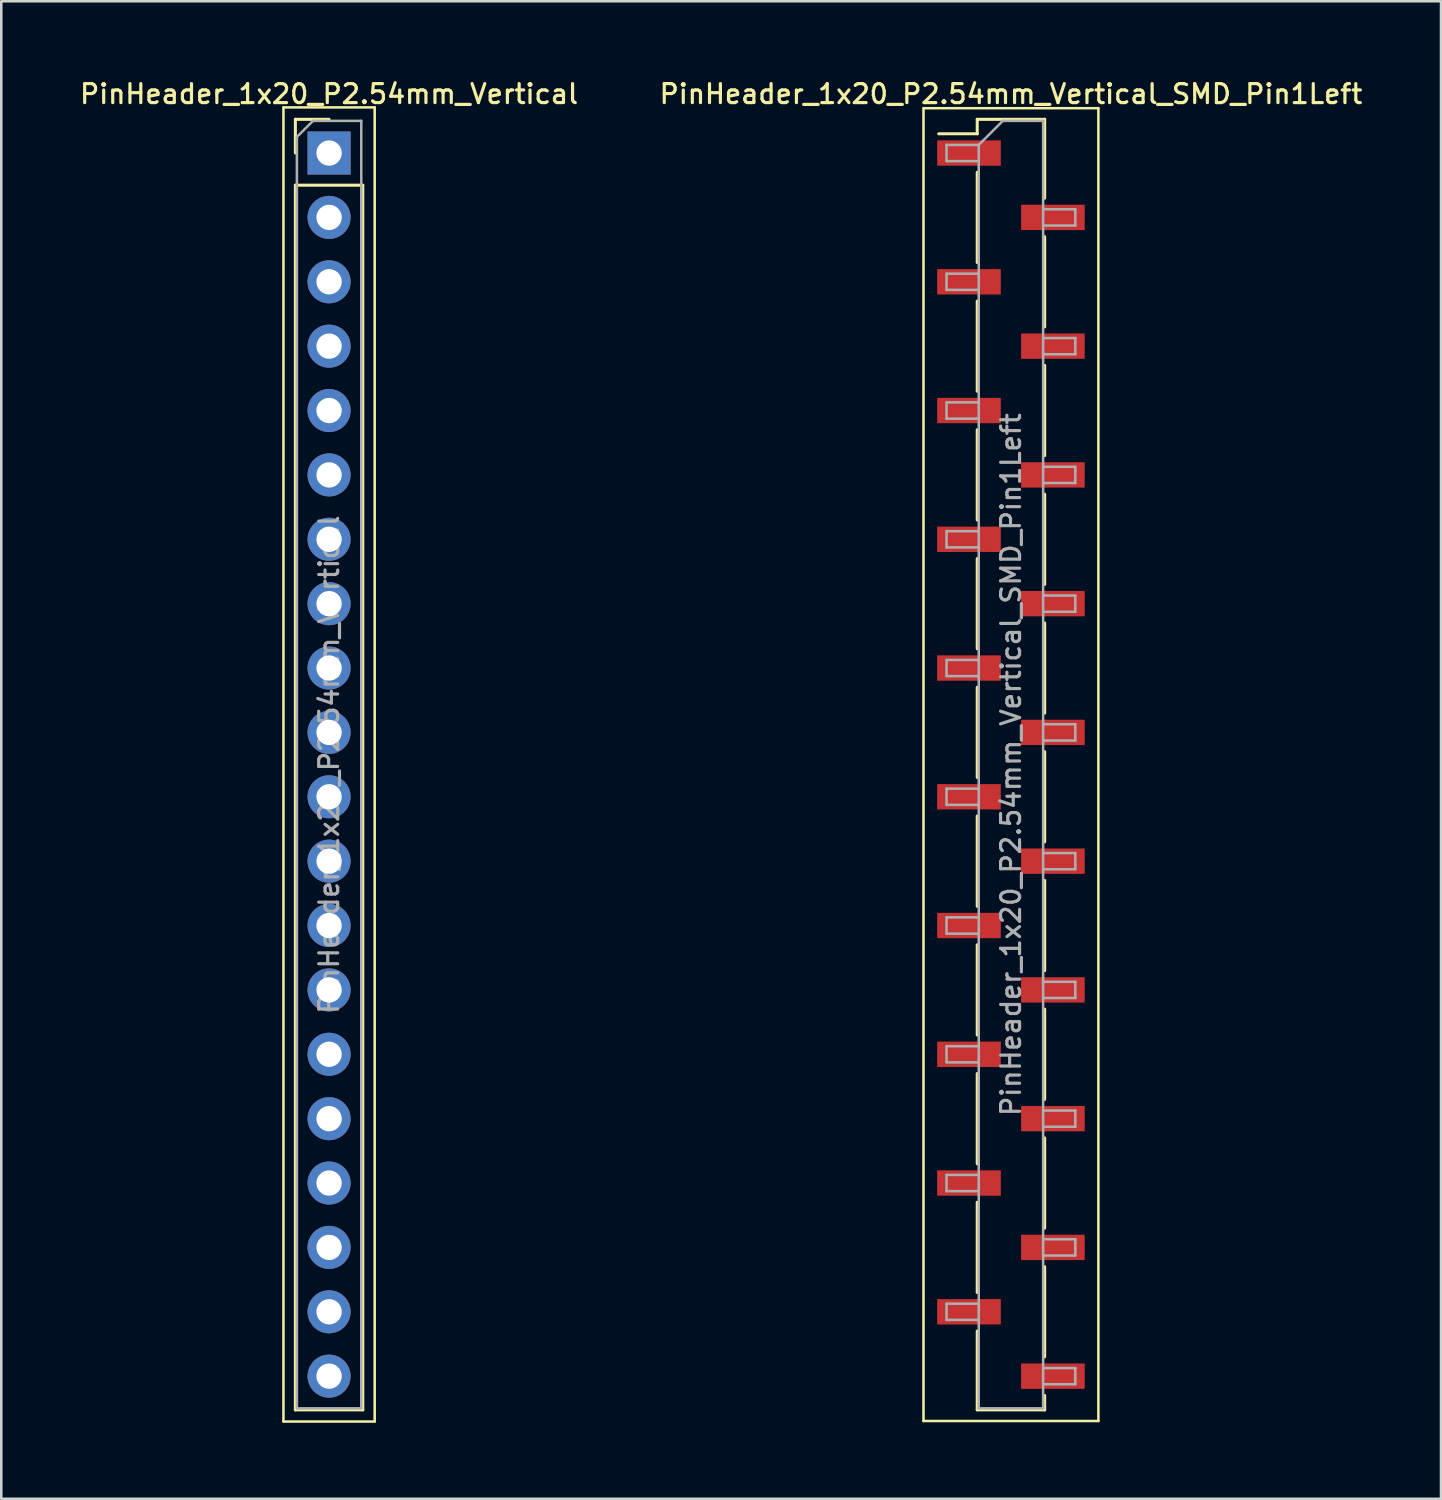
<source format=kicad_pcb>
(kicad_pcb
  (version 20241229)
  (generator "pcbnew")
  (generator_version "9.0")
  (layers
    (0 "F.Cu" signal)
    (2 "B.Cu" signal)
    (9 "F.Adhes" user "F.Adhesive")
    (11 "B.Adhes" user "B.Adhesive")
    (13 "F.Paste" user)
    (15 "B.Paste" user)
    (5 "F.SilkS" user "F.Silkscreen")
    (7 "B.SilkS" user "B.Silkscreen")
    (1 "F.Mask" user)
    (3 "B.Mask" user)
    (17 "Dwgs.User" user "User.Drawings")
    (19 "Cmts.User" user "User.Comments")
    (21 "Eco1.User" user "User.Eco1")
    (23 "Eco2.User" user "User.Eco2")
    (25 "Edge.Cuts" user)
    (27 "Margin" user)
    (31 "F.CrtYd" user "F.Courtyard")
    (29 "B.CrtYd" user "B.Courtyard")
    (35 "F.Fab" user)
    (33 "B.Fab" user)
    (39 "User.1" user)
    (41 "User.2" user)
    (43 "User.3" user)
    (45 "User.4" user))
  (footprint "PinHeader_1x20_P2.54mm_Vertical"
    (layer "F.Cu")
    (at 9.934 2.988)
    (property "Reference" "PinHeader_1x20_P2.54mm_Vertical" (at 0 -2.33 0) (layer "F.SilkS") (effects (font (size 0.75 0.75) (thickness 0.125))))
    (attr through_hole)
    (fp_line (start -1.8 -1.8) (end -1.8 50.05) (stroke (width 0.1) (type solid)) (layer "F.SilkS"))
    (fp_line (start -1.8 50.05) (end 1.8 50.05) (stroke (width 0.1) (type solid)) (layer "F.SilkS"))
    (fp_line (start -1.33 -1.33) (end 0 -1.33) (stroke (width 0.12) (type solid)) (layer "F.SilkS"))
    (fp_line (start -1.33 0) (end -1.33 -1.33) (stroke (width 0.12) (type solid)) (layer "F.SilkS"))
    (fp_line (start -1.33 1.27) (end -1.33 49.59) (stroke (width 0.12) (type solid)) (layer "F.SilkS"))
    (fp_line (start -1.33 1.27) (end 1.33 1.27) (stroke (width 0.12) (type solid)) (layer "F.SilkS"))
    (fp_line (start -1.33 49.59) (end 1.33 49.59) (stroke (width 0.12) (type solid)) (layer "F.SilkS"))
    (fp_line (start 1.33 1.27) (end 1.33 49.59) (stroke (width 0.12) (type solid)) (layer "F.SilkS"))
    (fp_line (start 1.8 -1.8) (end -1.8 -1.8) (stroke (width 0.1) (type solid)) (layer "F.SilkS"))
    (fp_line (start 1.8 50.05) (end 1.8 -1.8) (stroke (width 0.1) (type solid)) (layer "F.SilkS"))
    (fp_line (start -1.27 -0.635) (end -0.635 -1.27) (stroke (width 0.1) (type solid)) (layer "F.Fab"))
    (fp_line (start -1.27 49.53) (end -1.27 -0.635) (stroke (width 0.1) (type solid)) (layer "F.Fab"))
    (fp_line (start -0.635 -1.27) (end 1.27 -1.27) (stroke (width 0.1) (type solid)) (layer "F.Fab"))
    (fp_line (start 1.27 -1.27) (end 1.27 49.53) (stroke (width 0.1) (type solid)) (layer "F.Fab"))
    (fp_line (start 1.27 49.53) (end -1.27 49.53) (stroke (width 0.1) (type solid)) (layer "F.Fab"))
    (fp_text user "${REFERENCE}" (at 0 24.13 90) (layer "F.Fab") (effects (font (size 0.75 0.75) (thickness 0.125))))
    (pad "1" thru_hole rect (at 0 0) (size 1.7 1.7) (drill 1) (layers "*.Cu" "*.Mask"))
    (pad "2" thru_hole oval (at 0 2.54) (size 1.7 1.7) (drill 1) (layers "*.Cu" "*.Mask"))
    (pad "3" thru_hole oval (at 0 5.08) (size 1.7 1.7) (drill 1) (layers "*.Cu" "*.Mask"))
    (pad "4" thru_hole oval (at 0 7.62) (size 1.7 1.7) (drill 1) (layers "*.Cu" "*.Mask"))
    (pad "5" thru_hole oval (at 0 10.16) (size 1.7 1.7) (drill 1) (layers "*.Cu" "*.Mask"))
    (pad "6" thru_hole oval (at 0 12.7) (size 1.7 1.7) (drill 1) (layers "*.Cu" "*.Mask"))
    (pad "7" thru_hole oval (at 0 15.24) (size 1.7 1.7) (drill 1) (layers "*.Cu" "*.Mask"))
    (pad "8" thru_hole oval (at 0 17.78) (size 1.7 1.7) (drill 1) (layers "*.Cu" "*.Mask"))
    (pad "9" thru_hole oval (at 0 20.32) (size 1.7 1.7) (drill 1) (layers "*.Cu" "*.Mask"))
    (pad "10" thru_hole oval (at 0 22.86) (size 1.7 1.7) (drill 1) (layers "*.Cu" "*.Mask"))
    (pad "11" thru_hole oval (at 0 25.4) (size 1.7 1.7) (drill 1) (layers "*.Cu" "*.Mask"))
    (pad "12" thru_hole oval (at 0 27.94) (size 1.7 1.7) (drill 1) (layers "*.Cu" "*.Mask"))
    (pad "13" thru_hole oval (at 0 30.48) (size 1.7 1.7) (drill 1) (layers "*.Cu" "*.Mask"))
    (pad "14" thru_hole oval (at 0 33.02) (size 1.7 1.7) (drill 1) (layers "*.Cu" "*.Mask"))
    (pad "15" thru_hole oval (at 0 35.56) (size 1.7 1.7) (drill 1) (layers "*.Cu" "*.Mask"))
    (pad "16" thru_hole oval (at 0 38.1) (size 1.7 1.7) (drill 1) (layers "*.Cu" "*.Mask"))
    (pad "17" thru_hole oval (at 0 40.64) (size 1.7 1.7) (drill 1) (layers "*.Cu" "*.Mask"))
    (pad "18" thru_hole oval (at 0 43.18) (size 1.7 1.7) (drill 1) (layers "*.Cu" "*.Mask"))
    (pad "19" thru_hole oval (at 0 45.72) (size 1.7 1.7) (drill 1) (layers "*.Cu" "*.Mask"))
    (pad "20" thru_hole oval (at 0 48.26) (size 1.7 1.7) (drill 1) (layers "*.Cu" "*.Mask")))
  (footprint "PinHeader_1x20_P2.54mm_Vertical_SMD_Pin1Left"
    (layer "F.Cu")
    (at 36.838 27.118)
    (property "Reference" "PinHeader_1x20_P2.54mm_Vertical_SMD_Pin1Left" (at 0 -26.46 0) (layer "F.SilkS") (effects (font (size 0.75 0.75) (thickness 0.125))))
    (attr smd)
    (fp_line (start -3.45 -25.9) (end -3.45 25.9) (stroke (width 0.1) (type solid)) (layer "F.SilkS"))
    (fp_line (start -3.45 25.9) (end 3.45 25.9) (stroke (width 0.1) (type solid)) (layer "F.SilkS"))
    (fp_line (start -1.33 -25.46) (end -1.33 -24.89) (stroke (width 0.12) (type solid)) (layer "F.SilkS"))
    (fp_line (start -1.33 -25.46) (end 1.33 -25.46) (stroke (width 0.12) (type solid)) (layer "F.SilkS"))
    (fp_line (start -1.33 -24.89) (end -2.85 -24.89) (stroke (width 0.12) (type solid)) (layer "F.SilkS"))
    (fp_line (start -1.33 -23.37) (end -1.33 -19.81) (stroke (width 0.12) (type solid)) (layer "F.SilkS"))
    (fp_line (start -1.33 -18.29) (end -1.33 -14.73) (stroke (width 0.12) (type solid)) (layer "F.SilkS"))
    (fp_line (start -1.33 -13.21) (end -1.33 -9.65) (stroke (width 0.12) (type solid)) (layer "F.SilkS"))
    (fp_line (start -1.33 -8.13) (end -1.33 -4.57) (stroke (width 0.12) (type solid)) (layer "F.SilkS"))
    (fp_line (start -1.33 -3.05) (end -1.33 0.51) (stroke (width 0.12) (type solid)) (layer "F.SilkS"))
    (fp_line (start -1.33 2.03) (end -1.33 5.59) (stroke (width 0.12) (type solid)) (layer "F.SilkS"))
    (fp_line (start -1.33 7.11) (end -1.33 10.67) (stroke (width 0.12) (type solid)) (layer "F.SilkS"))
    (fp_line (start -1.33 12.19) (end -1.33 15.75) (stroke (width 0.12) (type solid)) (layer "F.SilkS"))
    (fp_line (start -1.33 17.27) (end -1.33 20.83) (stroke (width 0.12) (type solid)) (layer "F.SilkS"))
    (fp_line (start -1.33 22.35) (end -1.33 25.46) (stroke (width 0.12) (type solid)) (layer "F.SilkS"))
    (fp_line (start -1.33 25.46) (end 1.33 25.46) (stroke (width 0.12) (type solid)) (layer "F.SilkS"))
    (fp_line (start 1.33 -25.46) (end 1.33 -22.35) (stroke (width 0.12) (type solid)) (layer "F.SilkS"))
    (fp_line (start 1.33 -20.83) (end 1.33 -17.27) (stroke (width 0.12) (type solid)) (layer "F.SilkS"))
    (fp_line (start 1.33 -15.75) (end 1.33 -12.19) (stroke (width 0.12) (type solid)) (layer "F.SilkS"))
    (fp_line (start 1.33 -10.67) (end 1.33 -7.11) (stroke (width 0.12) (type solid)) (layer "F.SilkS"))
    (fp_line (start 1.33 -5.59) (end 1.33 -2.03) (stroke (width 0.12) (type solid)) (layer "F.SilkS"))
    (fp_line (start 1.33 -0.51) (end 1.33 3.05) (stroke (width 0.12) (type solid)) (layer "F.SilkS"))
    (fp_line (start 1.33 4.57) (end 1.33 8.13) (stroke (width 0.12) (type solid)) (layer "F.SilkS"))
    (fp_line (start 1.33 9.65) (end 1.33 13.21) (stroke (width 0.12) (type solid)) (layer "F.SilkS"))
    (fp_line (start 1.33 14.73) (end 1.33 18.29) (stroke (width 0.12) (type solid)) (layer "F.SilkS"))
    (fp_line (start 1.33 19.81) (end 1.33 23.37) (stroke (width 0.12) (type solid)) (layer "F.SilkS"))
    (fp_line (start 1.33 24.89) (end 1.33 25.46) (stroke (width 0.12) (type solid)) (layer "F.SilkS"))
    (fp_line (start 3.45 -25.9) (end -3.45 -25.9) (stroke (width 0.1) (type solid)) (layer "F.SilkS"))
    (fp_line (start 3.45 25.9) (end 3.45 -25.9) (stroke (width 0.1) (type solid)) (layer "F.SilkS"))
    (fp_line (start -2.54 -24.45) (end -2.54 -23.81) (stroke (width 0.1) (type solid)) (layer "F.Fab"))
    (fp_line (start -2.54 -23.81) (end -1.27 -23.81) (stroke (width 0.1) (type solid)) (layer "F.Fab"))
    (fp_line (start -2.54 -19.37) (end -2.54 -18.73) (stroke (width 0.1) (type solid)) (layer "F.Fab"))
    (fp_line (start -2.54 -18.73) (end -1.27 -18.73) (stroke (width 0.1) (type solid)) (layer "F.Fab"))
    (fp_line (start -2.54 -14.29) (end -2.54 -13.65) (stroke (width 0.1) (type solid)) (layer "F.Fab"))
    (fp_line (start -2.54 -13.65) (end -1.27 -13.65) (stroke (width 0.1) (type solid)) (layer "F.Fab"))
    (fp_line (start -2.54 -9.21) (end -2.54 -8.57) (stroke (width 0.1) (type solid)) (layer "F.Fab"))
    (fp_line (start -2.54 -8.57) (end -1.27 -8.57) (stroke (width 0.1) (type solid)) (layer "F.Fab"))
    (fp_line (start -2.54 -4.13) (end -2.54 -3.49) (stroke (width 0.1) (type solid)) (layer "F.Fab"))
    (fp_line (start -2.54 -3.49) (end -1.27 -3.49) (stroke (width 0.1) (type solid)) (layer "F.Fab"))
    (fp_line (start -2.54 0.95) (end -2.54 1.59) (stroke (width 0.1) (type solid)) (layer "F.Fab"))
    (fp_line (start -2.54 1.59) (end -1.27 1.59) (stroke (width 0.1) (type solid)) (layer "F.Fab"))
    (fp_line (start -2.54 6.03) (end -2.54 6.67) (stroke (width 0.1) (type solid)) (layer "F.Fab"))
    (fp_line (start -2.54 6.67) (end -1.27 6.67) (stroke (width 0.1) (type solid)) (layer "F.Fab"))
    (fp_line (start -2.54 11.11) (end -2.54 11.75) (stroke (width 0.1) (type solid)) (layer "F.Fab"))
    (fp_line (start -2.54 11.75) (end -1.27 11.75) (stroke (width 0.1) (type solid)) (layer "F.Fab"))
    (fp_line (start -2.54 16.19) (end -2.54 16.83) (stroke (width 0.1) (type solid)) (layer "F.Fab"))
    (fp_line (start -2.54 16.83) (end -1.27 16.83) (stroke (width 0.1) (type solid)) (layer "F.Fab"))
    (fp_line (start -2.54 21.27) (end -2.54 21.91) (stroke (width 0.1) (type solid)) (layer "F.Fab"))
    (fp_line (start -2.54 21.91) (end -1.27 21.91) (stroke (width 0.1) (type solid)) (layer "F.Fab"))
    (fp_line (start -1.27 -24.45) (end -2.54 -24.45) (stroke (width 0.1) (type solid)) (layer "F.Fab"))
    (fp_line (start -1.27 -24.45) (end -0.32 -25.4) (stroke (width 0.1) (type solid)) (layer "F.Fab"))
    (fp_line (start -1.27 -19.37) (end -2.54 -19.37) (stroke (width 0.1) (type solid)) (layer "F.Fab"))
    (fp_line (start -1.27 -14.29) (end -2.54 -14.29) (stroke (width 0.1) (type solid)) (layer "F.Fab"))
    (fp_line (start -1.27 -9.21) (end -2.54 -9.21) (stroke (width 0.1) (type solid)) (layer "F.Fab"))
    (fp_line (start -1.27 -4.13) (end -2.54 -4.13) (stroke (width 0.1) (type solid)) (layer "F.Fab"))
    (fp_line (start -1.27 0.95) (end -2.54 0.95) (stroke (width 0.1) (type solid)) (layer "F.Fab"))
    (fp_line (start -1.27 6.03) (end -2.54 6.03) (stroke (width 0.1) (type solid)) (layer "F.Fab"))
    (fp_line (start -1.27 11.11) (end -2.54 11.11) (stroke (width 0.1) (type solid)) (layer "F.Fab"))
    (fp_line (start -1.27 16.19) (end -2.54 16.19) (stroke (width 0.1) (type solid)) (layer "F.Fab"))
    (fp_line (start -1.27 21.27) (end -2.54 21.27) (stroke (width 0.1) (type solid)) (layer "F.Fab"))
    (fp_line (start -1.27 25.4) (end -1.27 -24.45) (stroke (width 0.1) (type solid)) (layer "F.Fab"))
    (fp_line (start -0.32 -25.4) (end 1.27 -25.4) (stroke (width 0.1) (type solid)) (layer "F.Fab"))
    (fp_line (start 1.27 -25.4) (end 1.27 25.4) (stroke (width 0.1) (type solid)) (layer "F.Fab"))
    (fp_line (start 1.27 -21.91) (end 2.54 -21.91) (stroke (width 0.1) (type solid)) (layer "F.Fab"))
    (fp_line (start 1.27 -16.83) (end 2.54 -16.83) (stroke (width 0.1) (type solid)) (layer "F.Fab"))
    (fp_line (start 1.27 -11.75) (end 2.54 -11.75) (stroke (width 0.1) (type solid)) (layer "F.Fab"))
    (fp_line (start 1.27 -6.67) (end 2.54 -6.67) (stroke (width 0.1) (type solid)) (layer "F.Fab"))
    (fp_line (start 1.27 -1.59) (end 2.54 -1.59) (stroke (width 0.1) (type solid)) (layer "F.Fab"))
    (fp_line (start 1.27 3.49) (end 2.54 3.49) (stroke (width 0.1) (type solid)) (layer "F.Fab"))
    (fp_line (start 1.27 8.57) (end 2.54 8.57) (stroke (width 0.1) (type solid)) (layer "F.Fab"))
    (fp_line (start 1.27 13.65) (end 2.54 13.65) (stroke (width 0.1) (type solid)) (layer "F.Fab"))
    (fp_line (start 1.27 18.73) (end 2.54 18.73) (stroke (width 0.1) (type solid)) (layer "F.Fab"))
    (fp_line (start 1.27 23.81) (end 2.54 23.81) (stroke (width 0.1) (type solid)) (layer "F.Fab"))
    (fp_line (start 1.27 25.4) (end -1.27 25.4) (stroke (width 0.1) (type solid)) (layer "F.Fab"))
    (fp_line (start 2.54 -21.91) (end 2.54 -21.27) (stroke (width 0.1) (type solid)) (layer "F.Fab"))
    (fp_line (start 2.54 -21.27) (end 1.27 -21.27) (stroke (width 0.1) (type solid)) (layer "F.Fab"))
    (fp_line (start 2.54 -16.83) (end 2.54 -16.19) (stroke (width 0.1) (type solid)) (layer "F.Fab"))
    (fp_line (start 2.54 -16.19) (end 1.27 -16.19) (stroke (width 0.1) (type solid)) (layer "F.Fab"))
    (fp_line (start 2.54 -11.75) (end 2.54 -11.11) (stroke (width 0.1) (type solid)) (layer "F.Fab"))
    (fp_line (start 2.54 -11.11) (end 1.27 -11.11) (stroke (width 0.1) (type solid)) (layer "F.Fab"))
    (fp_line (start 2.54 -6.67) (end 2.54 -6.03) (stroke (width 0.1) (type solid)) (layer "F.Fab"))
    (fp_line (start 2.54 -6.03) (end 1.27 -6.03) (stroke (width 0.1) (type solid)) (layer "F.Fab"))
    (fp_line (start 2.54 -1.59) (end 2.54 -0.95) (stroke (width 0.1) (type solid)) (layer "F.Fab"))
    (fp_line (start 2.54 -0.95) (end 1.27 -0.95) (stroke (width 0.1) (type solid)) (layer "F.Fab"))
    (fp_line (start 2.54 3.49) (end 2.54 4.13) (stroke (width 0.1) (type solid)) (layer "F.Fab"))
    (fp_line (start 2.54 4.13) (end 1.27 4.13) (stroke (width 0.1) (type solid)) (layer "F.Fab"))
    (fp_line (start 2.54 8.57) (end 2.54 9.21) (stroke (width 0.1) (type solid)) (layer "F.Fab"))
    (fp_line (start 2.54 9.21) (end 1.27 9.21) (stroke (width 0.1) (type solid)) (layer "F.Fab"))
    (fp_line (start 2.54 13.65) (end 2.54 14.29) (stroke (width 0.1) (type solid)) (layer "F.Fab"))
    (fp_line (start 2.54 14.29) (end 1.27 14.29) (stroke (width 0.1) (type solid)) (layer "F.Fab"))
    (fp_line (start 2.54 18.73) (end 2.54 19.37) (stroke (width 0.1) (type solid)) (layer "F.Fab"))
    (fp_line (start 2.54 19.37) (end 1.27 19.37) (stroke (width 0.1) (type solid)) (layer "F.Fab"))
    (fp_line (start 2.54 23.81) (end 2.54 24.45) (stroke (width 0.1) (type solid)) (layer "F.Fab"))
    (fp_line (start 2.54 24.45) (end 1.27 24.45) (stroke (width 0.1) (type solid)) (layer "F.Fab"))
    (fp_text user "${REFERENCE}" (at 0 0 90) (layer "F.Fab") (effects (font (size 0.75 0.75) (thickness 0.125))))
    (pad "1" smd rect (at -1.655 -24.13) (size 2.51 1) (layers "F.Cu" "F.Mask" "F.Paste"))
    (pad "2" smd rect (at 1.655 -21.59) (size 2.51 1) (layers "F.Cu" "F.Mask" "F.Paste"))
    (pad "3" smd rect (at -1.655 -19.05) (size 2.51 1) (layers "F.Cu" "F.Mask" "F.Paste"))
    (pad "4" smd rect (at 1.655 -16.51) (size 2.51 1) (layers "F.Cu" "F.Mask" "F.Paste"))
    (pad "5" smd rect (at -1.655 -13.97) (size 2.51 1) (layers "F.Cu" "F.Mask" "F.Paste"))
    (pad "6" smd rect (at 1.655 -11.43) (size 2.51 1) (layers "F.Cu" "F.Mask" "F.Paste"))
    (pad "7" smd rect (at -1.655 -8.89) (size 2.51 1) (layers "F.Cu" "F.Mask" "F.Paste"))
    (pad "8" smd rect (at 1.655 -6.35) (size 2.51 1) (layers "F.Cu" "F.Mask" "F.Paste"))
    (pad "9" smd rect (at -1.655 -3.81) (size 2.51 1) (layers "F.Cu" "F.Mask" "F.Paste"))
    (pad "10" smd rect (at 1.655 -1.27) (size 2.51 1) (layers "F.Cu" "F.Mask" "F.Paste"))
    (pad "11" smd rect (at -1.655 1.27) (size 2.51 1) (layers "F.Cu" "F.Mask" "F.Paste"))
    (pad "12" smd rect (at 1.655 3.81) (size 2.51 1) (layers "F.Cu" "F.Mask" "F.Paste"))
    (pad "13" smd rect (at -1.655 6.35) (size 2.51 1) (layers "F.Cu" "F.Mask" "F.Paste"))
    (pad "14" smd rect (at 1.655 8.89) (size 2.51 1) (layers "F.Cu" "F.Mask" "F.Paste"))
    (pad "15" smd rect (at -1.655 11.43) (size 2.51 1) (layers "F.Cu" "F.Mask" "F.Paste"))
    (pad "16" smd rect (at 1.655 13.97) (size 2.51 1) (layers "F.Cu" "F.Mask" "F.Paste"))
    (pad "17" smd rect (at -1.655 16.51) (size 2.51 1) (layers "F.Cu" "F.Mask" "F.Paste"))
    (pad "18" smd rect (at 1.655 19.05) (size 2.51 1) (layers "F.Cu" "F.Mask" "F.Paste"))
    (pad "19" smd rect (at -1.655 21.59) (size 2.51 1) (layers "F.Cu" "F.Mask" "F.Paste"))
    (pad "20" smd rect (at 1.655 24.13) (size 2.51 1) (layers "F.Cu" "F.Mask" "F.Paste")))
  (gr_rect
    (start -3 -3)
    (end 53.807 56.088)
    (stroke (width 0.1) (type default))
    (fill no)
    (layer "Edge.Cuts")))
</source>
